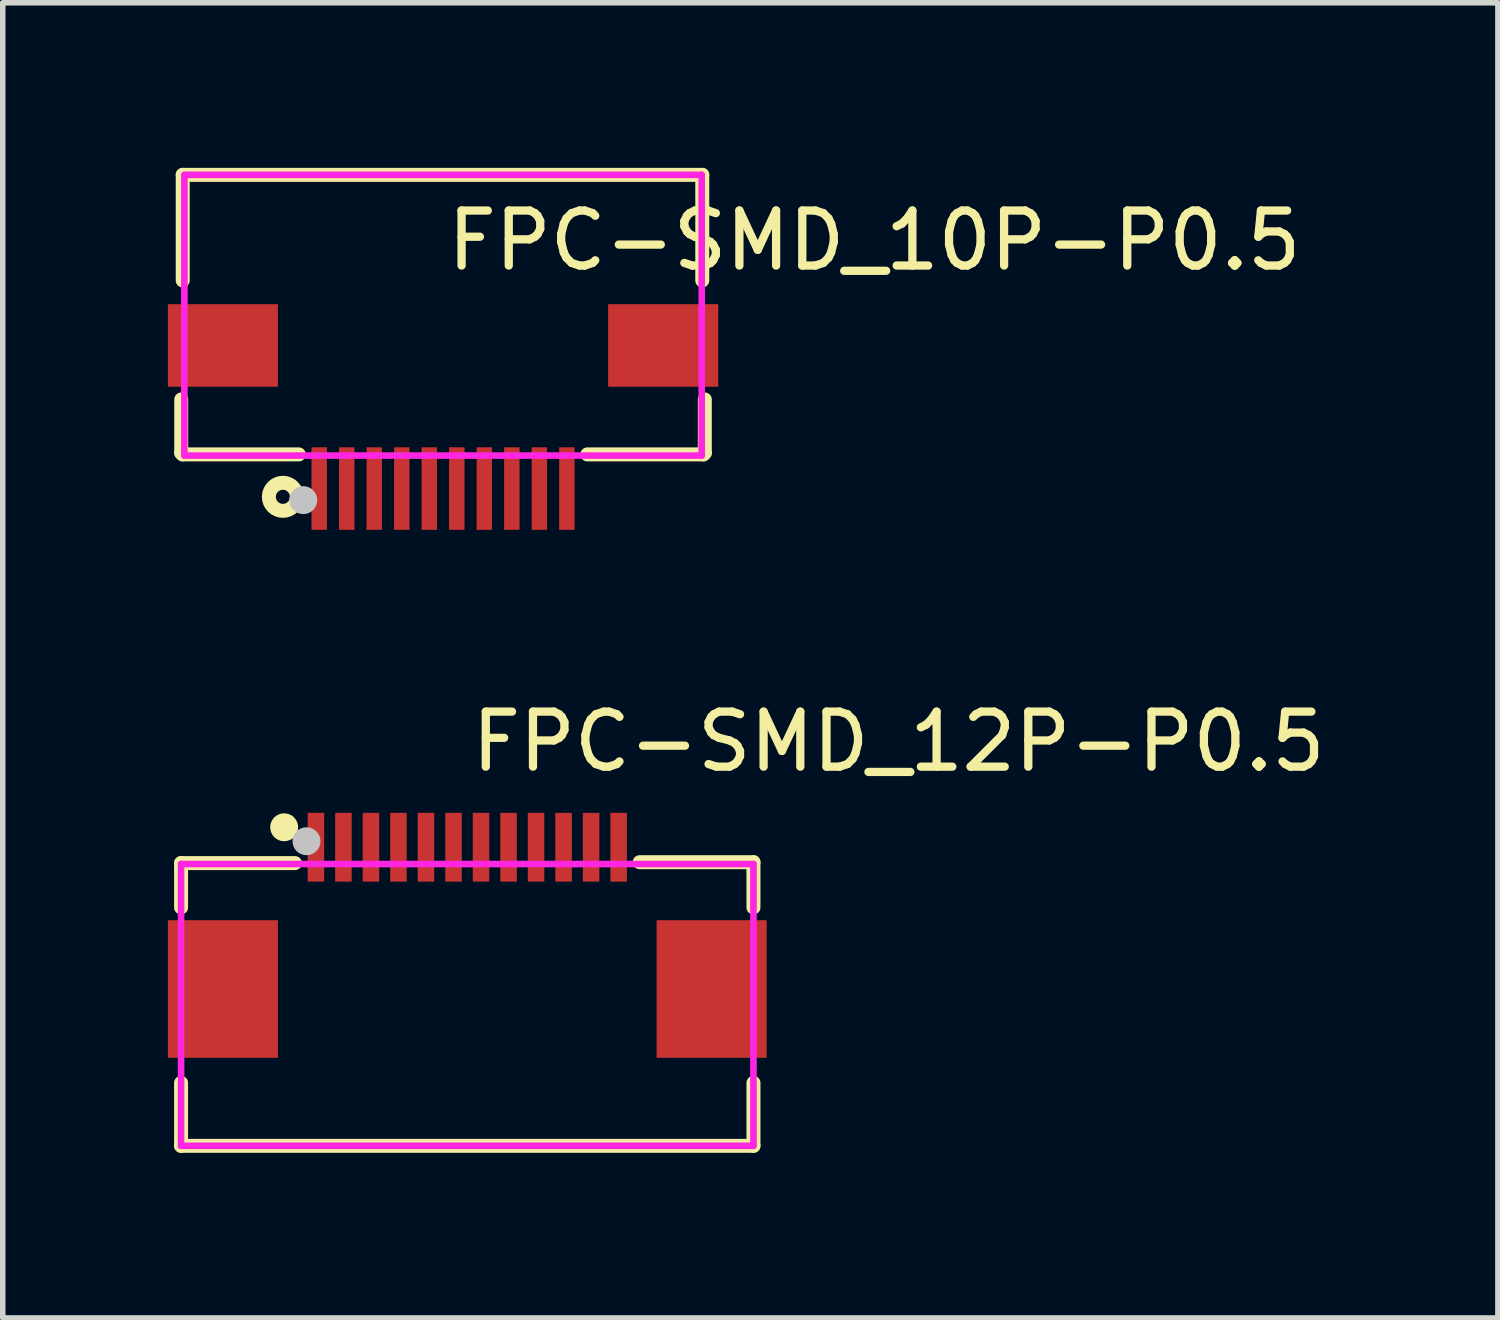
<source format=kicad_pcb>
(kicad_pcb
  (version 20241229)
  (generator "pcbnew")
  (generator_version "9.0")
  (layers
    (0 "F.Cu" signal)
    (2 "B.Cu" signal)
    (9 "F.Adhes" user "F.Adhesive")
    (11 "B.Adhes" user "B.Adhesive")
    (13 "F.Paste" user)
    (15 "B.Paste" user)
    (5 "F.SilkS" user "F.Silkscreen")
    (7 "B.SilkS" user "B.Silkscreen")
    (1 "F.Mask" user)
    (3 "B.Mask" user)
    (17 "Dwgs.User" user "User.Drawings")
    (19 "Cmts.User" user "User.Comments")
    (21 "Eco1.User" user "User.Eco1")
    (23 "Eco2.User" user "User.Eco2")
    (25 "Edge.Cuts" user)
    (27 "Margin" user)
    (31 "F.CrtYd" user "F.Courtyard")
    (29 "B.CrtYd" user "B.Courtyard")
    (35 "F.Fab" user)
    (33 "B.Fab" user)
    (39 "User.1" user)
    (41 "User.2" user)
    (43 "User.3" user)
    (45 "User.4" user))
  (footprint "FPC-SMD_12P-P0.5"
    (layer "F.Cu")
    (at 5.44 13.632)
    (property "Reference" "FPC-SMD_12P-P0.5" (at 0 -3.207 0) (layer "F.SilkS") (effects (font (size 1 1) (thickness 0.15)) (justify left)))
    (attr through_hole)
    (fp_line (start -5.2 -1) (end -3.131 -1) (stroke (width 0.254) (type solid)) (layer "F.SilkS"))
    (fp_line (start -5.2 -0.194) (end -5.2 -1) (stroke (width 0.254) (type solid)) (layer "F.SilkS"))
    (fp_line (start -5.2 4.137) (end -5.2 2.993) (stroke (width 0.254) (type solid)) (layer "F.SilkS"))
    (fp_line (start -5.2 4.137) (end 5.2 4.137) (stroke (width 0.254) (type solid)) (layer "F.SilkS"))
    (fp_line (start 5.2 -1.016) (end 3.131 -1.016) (stroke (width 0.254) (type solid)) (layer "F.SilkS"))
    (fp_line (start 5.2 -0.194) (end 5.2 -1.016) (stroke (width 0.254) (type solid)) (layer "F.SilkS"))
    (fp_line (start 5.2 4.137) (end 5.2 2.993) (stroke (width 0.254) (type solid)) (layer "F.SilkS"))
    (fp_circle (center -3.327 -1.651) (end -3.2 -1.651) (stroke (width 0.254) (type solid)) (fill no) (layer "F.SilkS"))
    (fp_circle (center -2.921 -1.397) (end -2.794 -1.397) (stroke (width 0.254) (type solid)) (fill no) (layer "Dwgs.User"))
    (fp_circle (center -5.2 -1.683) (end -5.17 -1.683) (stroke (width 0.06) (type solid)) (fill no) (layer "Eco2.User"))
    (fp_poly (pts (xy -4.94 0.538) (xy -3.94 0.538) (xy -3.94 2.038) (xy -4.94 2.038)) (stroke (width 0.12) (type solid)) (fill no) (layer "Eco2.User"))
    (fp_poly (pts (xy -2.85 -1.683) (xy -2.65 -1.683) (xy -2.65 -0.883) (xy -2.85 -0.883)) (stroke (width 0.12) (type solid)) (fill no) (layer "Eco2.User"))
    (fp_poly (pts (xy -2.35 -1.683) (xy -2.15 -1.683) (xy -2.15 -0.883) (xy -2.35 -0.883)) (stroke (width 0.12) (type solid)) (fill no) (layer "Eco2.User"))
    (fp_poly (pts (xy -1.85 -1.683) (xy -1.65 -1.683) (xy -1.65 -0.883) (xy -1.85 -0.883)) (stroke (width 0.12) (type solid)) (fill no) (layer "Eco2.User"))
    (fp_poly (pts (xy -1.35 -1.683) (xy -1.15 -1.683) (xy -1.15 -0.883) (xy -1.35 -0.883)) (stroke (width 0.12) (type solid)) (fill no) (layer "Eco2.User"))
    (fp_poly (pts (xy -0.85 -1.683) (xy -0.65 -1.683) (xy -0.65 -0.883) (xy -0.85 -0.883)) (stroke (width 0.12) (type solid)) (fill no) (layer "Eco2.User"))
    (fp_poly (pts (xy -0.35 -1.683) (xy -0.15 -1.683) (xy -0.15 -0.883) (xy -0.35 -0.883)) (stroke (width 0.12) (type solid)) (fill no) (layer "Eco2.User"))
    (fp_poly (pts (xy 0.15 -1.683) (xy 0.35 -1.683) (xy 0.35 -0.883) (xy 0.15 -0.883)) (stroke (width 0.12) (type solid)) (fill no) (layer "Eco2.User"))
    (fp_poly (pts (xy 0.65 -1.683) (xy 0.85 -1.683) (xy 0.85 -0.883) (xy 0.65 -0.883)) (stroke (width 0.12) (type solid)) (fill no) (layer "Eco2.User"))
    (fp_poly (pts (xy 1.15 -1.683) (xy 1.35 -1.683) (xy 1.35 -0.883) (xy 1.15 -0.883)) (stroke (width 0.12) (type solid)) (fill no) (layer "Eco2.User"))
    (fp_poly (pts (xy 1.65 -1.683) (xy 1.85 -1.683) (xy 1.85 -0.883) (xy 1.65 -0.883)) (stroke (width 0.12) (type solid)) (fill no) (layer "Eco2.User"))
    (fp_poly (pts (xy 2.15 -1.683) (xy 2.35 -1.683) (xy 2.35 -0.883) (xy 2.15 -0.883)) (stroke (width 0.12) (type solid)) (fill no) (layer "Eco2.User"))
    (fp_poly (pts (xy 2.65 -1.683) (xy 2.85 -1.683) (xy 2.85 -0.883) (xy 2.65 -0.883)) (stroke (width 0.12) (type solid)) (fill no) (layer "Eco2.User"))
    (fp_poly (pts (xy 3.94 0.538) (xy 4.94 0.538) (xy 4.94 2.038) (xy 3.94 2.038)) (stroke (width 0.12) (type solid)) (fill no) (layer "Eco2.User"))
    (fp_line (start -5.2 -0.983) (end 5.2 -0.983) (stroke (width 0.12) (type solid)) (layer "F.CrtYd"))
    (fp_line (start -5.2 4.137) (end -5.2 -0.983) (stroke (width 0.12) (type solid)) (layer "F.CrtYd"))
    (fp_line (start 5.2 -0.983) (end 5.2 4.137) (stroke (width 0.12) (type solid)) (layer "F.CrtYd"))
    (fp_line (start 5.2 4.137) (end -5.2 4.137) (stroke (width 0.12) (type solid)) (layer "F.CrtYd"))
    (pad "1" smd rect (at -2.75 -1.288) (size 0.3 1.25) (layers "F.Cu" "F.Mask" "F.Paste"))
    (pad "2" smd rect (at -2.25 -1.288) (size 0.3 1.25) (layers "F.Cu" "F.Mask" "F.Paste"))
    (pad "3" smd rect (at -1.75 -1.288) (size 0.3 1.25) (layers "F.Cu" "F.Mask" "F.Paste"))
    (pad "4" smd rect (at -1.25 -1.288) (size 0.3 1.25) (layers "F.Cu" "F.Mask" "F.Paste"))
    (pad "5" smd rect (at -0.75 -1.288) (size 0.3 1.25) (layers "F.Cu" "F.Mask" "F.Paste"))
    (pad "6" smd rect (at -0.25 -1.288) (size 0.3 1.25) (layers "F.Cu" "F.Mask" "F.Paste"))
    (pad "7" smd rect (at 0.25 -1.288) (size 0.3 1.25) (layers "F.Cu" "F.Mask" "F.Paste"))
    (pad "8" smd rect (at 0.75 -1.288) (size 0.3 1.25) (layers "F.Cu" "F.Mask" "F.Paste"))
    (pad "9" smd rect (at 1.25 -1.288) (size 0.3 1.25) (layers "F.Cu" "F.Mask" "F.Paste"))
    (pad "10" smd rect (at 1.75 -1.288) (size 0.3 1.25) (layers "F.Cu" "F.Mask" "F.Paste"))
    (pad "11" smd rect (at 2.25 -1.288) (size 0.3 1.25) (layers "F.Cu" "F.Mask" "F.Paste"))
    (pad "12" smd rect (at 2.75 -1.288) (size 0.3 1.25) (layers "F.Cu" "F.Mask" "F.Paste"))
    (pad "13" smd rect (at 4.44 1.288) (size 2 2.5) (layers "F.Cu" "F.Mask" "F.Paste"))
    (pad "14" smd rect (at -4.44 1.288) (size 2 2.5) (layers "F.Cu" "F.Mask" "F.Paste")))
  (footprint "FPC-SMD_10P-P0.5"
    (layer "F.Cu")
    (at 5 4.527)
    (property "Reference" "FPC-SMD_10P-P0.5" (at 0 -3.207 0) (layer "F.SilkS") (effects (font (size 1 1) (thickness 0.15)) (justify left)))
    (attr through_hole)
    (fp_line (start -4.757 -0.319) (end -4.757 0.653) (stroke (width 0.254) (type solid)) (layer "F.SilkS"))
    (fp_line (start -4.757 0.653) (end -4.731 0.679) (stroke (width 0.254) (type solid)) (layer "F.SilkS"))
    (fp_line (start -4.731 0.679) (end -2.621 0.679) (stroke (width 0.254) (type solid)) (layer "F.SilkS"))
    (fp_line (start -4.73 -4.4) (end 4.71 -4.4) (stroke (width 0.254) (type solid)) (layer "F.SilkS"))
    (fp_line (start -4.73 -2.481) (end -4.73 -4.4) (stroke (width 0.254) (type solid)) (layer "F.SilkS"))
    (fp_line (start 2.621 0.679) (end 4.73 0.679) (stroke (width 0.254) (type solid)) (layer "F.SilkS"))
    (fp_line (start 4.71 -4.4) (end 4.71 -2.481) (stroke (width 0.254) (type solid)) (layer "F.SilkS"))
    (fp_line (start 4.73 0.679) (end 4.756 0.653) (stroke (width 0.254) (type solid)) (layer "F.SilkS"))
    (fp_line (start 4.756 0.653) (end 4.756 -0.319) (stroke (width 0.254) (type solid)) (layer "F.SilkS"))
    (fp_circle (center -2.91 1.45) (end -2.655 1.45) (stroke (width 0.254) (type solid)) (fill no) (layer "F.SilkS"))
    (fp_circle (center -2.54 1.51) (end -2.413 1.51) (stroke (width 0.254) (type solid)) (fill no) (layer "Dwgs.User"))
    (fp_circle (center -4.7 1.5) (end -4.67 1.5) (stroke (width 0.06) (type solid)) (fill no) (layer "Eco2.User"))
    (fp_poly (pts (xy -4.7 -1.85) (xy -3.3 -1.85) (xy -3.3 -0.85) (xy -4.7 -0.85)) (stroke (width 0.12) (type solid)) (fill no) (layer "Eco2.User"))
    (fp_poly (pts (xy -2.35 0.5) (xy -2.15 0.5) (xy -2.15 1.5) (xy -2.35 1.5)) (stroke (width 0.12) (type solid)) (fill no) (layer "Eco2.User"))
    (fp_poly (pts (xy -1.85 0.5) (xy -1.65 0.5) (xy -1.65 1.5) (xy -1.85 1.5)) (stroke (width 0.12) (type solid)) (fill no) (layer "Eco2.User"))
    (fp_poly (pts (xy -1.35 0.5) (xy -1.15 0.5) (xy -1.15 1.5) (xy -1.35 1.5)) (stroke (width 0.12) (type solid)) (fill no) (layer "Eco2.User"))
    (fp_poly (pts (xy -0.85 0.5) (xy -0.65 0.5) (xy -0.65 1.5) (xy -0.85 1.5)) (stroke (width 0.12) (type solid)) (fill no) (layer "Eco2.User"))
    (fp_poly (pts (xy -0.35 0.5) (xy -0.15 0.5) (xy -0.15 1.5) (xy -0.35 1.5)) (stroke (width 0.12) (type solid)) (fill no) (layer "Eco2.User"))
    (fp_poly (pts (xy 0.15 0.5) (xy 0.35 0.5) (xy 0.35 1.5) (xy 0.15 1.5)) (stroke (width 0.12) (type solid)) (fill no) (layer "Eco2.User"))
    (fp_poly (pts (xy 0.65 0.5) (xy 0.85 0.5) (xy 0.85 1.5) (xy 0.65 1.5)) (stroke (width 0.12) (type solid)) (fill no) (layer "Eco2.User"))
    (fp_poly (pts (xy 1.15 0.5) (xy 1.35 0.5) (xy 1.35 1.5) (xy 1.15 1.5)) (stroke (width 0.12) (type solid)) (fill no) (layer "Eco2.User"))
    (fp_poly (pts (xy 1.65 0.5) (xy 1.85 0.5) (xy 1.85 1.5) (xy 1.65 1.5)) (stroke (width 0.12) (type solid)) (fill no) (layer "Eco2.User"))
    (fp_poly (pts (xy 2.15 0.5) (xy 2.35 0.5) (xy 2.35 1.5) (xy 2.15 1.5)) (stroke (width 0.12) (type solid)) (fill no) (layer "Eco2.User"))
    (fp_poly (pts (xy 3.3 -1.85) (xy 4.7 -1.85) (xy 4.7 -0.85) (xy 3.3 -0.85)) (stroke (width 0.12) (type solid)) (fill no) (layer "Eco2.User"))
    (fp_line (start -4.7 -4.4) (end 4.7 -4.4) (stroke (width 0.12) (type solid)) (layer "F.CrtYd"))
    (fp_line (start -4.7 0.7) (end -4.7 -4.4) (stroke (width 0.12) (type solid)) (layer "F.CrtYd"))
    (fp_line (start 4.7 -4.4) (end 4.7 0.7) (stroke (width 0.12) (type solid)) (layer "F.CrtYd"))
    (fp_line (start 4.7 0.7) (end -4.7 0.7) (stroke (width 0.12) (type solid)) (layer "F.CrtYd"))
    (pad "1" smd rect (at -2.25 1.3) (size 0.28 1.5) (layers "F.Cu" "F.Mask" "F.Paste"))
    (pad "2" smd rect (at -1.75 1.3) (size 0.28 1.5) (layers "F.Cu" "F.Mask" "F.Paste"))
    (pad "3" smd rect (at -1.25 1.3) (size 0.28 1.5) (layers "F.Cu" "F.Mask" "F.Paste"))
    (pad "4" smd rect (at -0.75 1.3) (size 0.28 1.5) (layers "F.Cu" "F.Mask" "F.Paste"))
    (pad "5" smd rect (at -0.25 1.3) (size 0.28 1.5) (layers "F.Cu" "F.Mask" "F.Paste"))
    (pad "6" smd rect (at 0.25 1.3) (size 0.28 1.5) (layers "F.Cu" "F.Mask" "F.Paste"))
    (pad "7" smd rect (at 0.75 1.3) (size 0.28 1.5) (layers "F.Cu" "F.Mask" "F.Paste"))
    (pad "8" smd rect (at 1.25 1.3) (size 0.28 1.5) (layers "F.Cu" "F.Mask" "F.Paste"))
    (pad "9" smd rect (at 1.75 1.3) (size 0.28 1.5) (layers "F.Cu" "F.Mask" "F.Paste"))
    (pad "10" smd rect (at 2.25 1.3) (size 0.28 1.5) (layers "F.Cu" "F.Mask" "F.Paste"))
    (pad "11" smd rect (at 4 -1.3) (size 2 1.5) (layers "F.Cu" "F.Mask" "F.Paste"))
    (pad "12" smd rect (at -4 -1.3) (size 2 1.5) (layers "F.Cu" "F.Mask" "F.Paste")))
  (gr_rect
    (start -3 -3)
    (end 24.166 20.896)
    (stroke (width 0.1) (type default))
    (fill no)
    (layer "Edge.Cuts")))
</source>
